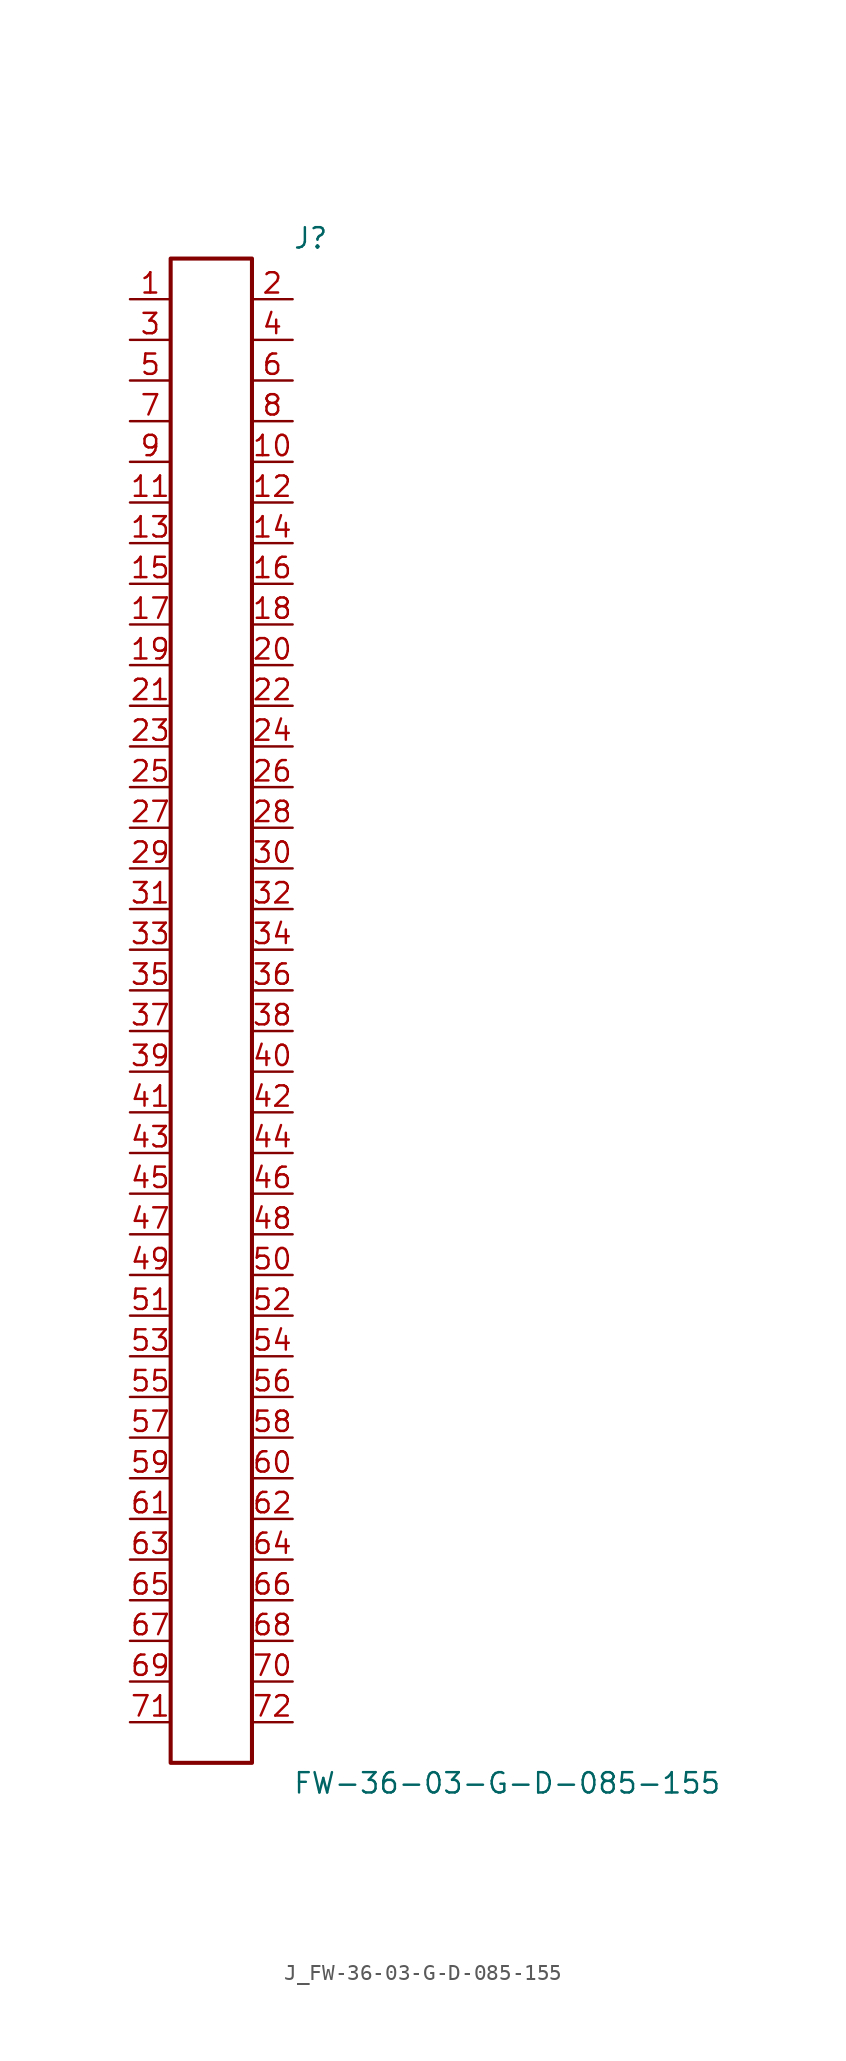
<source format=kicad_sym>
(kicad_symbol_lib
  (version 20231120)
  (generator kicad_symbol_editor)
  (generator_version 8.0)
  (symbol "J_FW-36-03-G-D-085-155"
    (pin_names
      (offset 0.254))
    (property "Reference" "J"
      (at 5.08 48.26 0)
      (effects (font (size 1.27 1.27)) (justify left)))
    (property "Value" "FW-36-03-G-D-085-155"
      (at 5.08 -48.26 0)
      (effects (font (size 1.27 1.27)) (justify left)))
    (symbol "J_FW-36-03-G-D-085-155_0_0"
      (pin unspecified line (at -5.08 44.45 0) (length 2.54) (name "" (effects (font (size 1.27 1.27)))) (number "1" (effects (font (size 1.27 1.27)))))
      (pin unspecified line (at 5.08 44.45 180) (length 2.54) (name "" (effects (font (size 1.27 1.27)))) (number "2" (effects (font (size 1.27 1.27)))))
      (pin unspecified line (at -5.08 41.91 0) (length 2.54) (name "" (effects (font (size 1.27 1.27)))) (number "3" (effects (font (size 1.27 1.27)))))
      (pin unspecified line (at 5.08 41.91 180) (length 2.54) (name "" (effects (font (size 1.27 1.27)))) (number "4" (effects (font (size 1.27 1.27)))))
      (pin unspecified line (at -5.08 39.37 0) (length 2.54) (name "" (effects (font (size 1.27 1.27)))) (number "5" (effects (font (size 1.27 1.27)))))
      (pin unspecified line (at 5.08 39.37 180) (length 2.54) (name "" (effects (font (size 1.27 1.27)))) (number "6" (effects (font (size 1.27 1.27)))))
      (pin unspecified line (at -5.08 36.83 0) (length 2.54) (name "" (effects (font (size 1.27 1.27)))) (number "7" (effects (font (size 1.27 1.27)))))
      (pin unspecified line (at 5.08 36.83 180) (length 2.54) (name "" (effects (font (size 1.27 1.27)))) (number "8" (effects (font (size 1.27 1.27)))))
      (pin unspecified line (at -5.08 34.29 0) (length 2.54) (name "" (effects (font (size 1.27 1.27)))) (number "9" (effects (font (size 1.27 1.27)))))
      (pin unspecified line (at 5.08 34.29 180) (length 2.54) (name "" (effects (font (size 1.27 1.27)))) (number "10" (effects (font (size 1.27 1.27)))))
      (pin unspecified line (at -5.08 31.75 0) (length 2.54) (name "" (effects (font (size 1.27 1.27)))) (number "11" (effects (font (size 1.27 1.27)))))
      (pin unspecified line (at 5.08 31.75 180) (length 2.54) (name "" (effects (font (size 1.27 1.27)))) (number "12" (effects (font (size 1.27 1.27)))))
      (pin unspecified line (at -5.08 29.21 0) (length 2.54) (name "" (effects (font (size 1.27 1.27)))) (number "13" (effects (font (size 1.27 1.27)))))
      (pin unspecified line (at 5.08 29.21 180) (length 2.54) (name "" (effects (font (size 1.27 1.27)))) (number "14" (effects (font (size 1.27 1.27)))))
      (pin unspecified line (at -5.08 26.67 0) (length 2.54) (name "" (effects (font (size 1.27 1.27)))) (number "15" (effects (font (size 1.27 1.27)))))
      (pin unspecified line (at 5.08 26.67 180) (length 2.54) (name "" (effects (font (size 1.27 1.27)))) (number "16" (effects (font (size 1.27 1.27)))))
      (pin unspecified line (at -5.08 24.13 0) (length 2.54) (name "" (effects (font (size 1.27 1.27)))) (number "17" (effects (font (size 1.27 1.27)))))
      (pin unspecified line (at 5.08 24.13 180) (length 2.54) (name "" (effects (font (size 1.27 1.27)))) (number "18" (effects (font (size 1.27 1.27)))))
      (pin unspecified line (at -5.08 21.59 0) (length 2.54) (name "" (effects (font (size 1.27 1.27)))) (number "19" (effects (font (size 1.27 1.27)))))
      (pin unspecified line (at 5.08 21.59 180) (length 2.54) (name "" (effects (font (size 1.27 1.27)))) (number "20" (effects (font (size 1.27 1.27)))))
      (pin unspecified line (at -5.08 19.05 0) (length 2.54) (name "" (effects (font (size 1.27 1.27)))) (number "21" (effects (font (size 1.27 1.27)))))
      (pin unspecified line (at 5.08 19.05 180) (length 2.54) (name "" (effects (font (size 1.27 1.27)))) (number "22" (effects (font (size 1.27 1.27)))))
      (pin unspecified line (at -5.08 16.51 0) (length 2.54) (name "" (effects (font (size 1.27 1.27)))) (number "23" (effects (font (size 1.27 1.27)))))
      (pin unspecified line (at 5.08 16.51 180) (length 2.54) (name "" (effects (font (size 1.27 1.27)))) (number "24" (effects (font (size 1.27 1.27)))))
      (pin unspecified line (at -5.08 13.97 0) (length 2.54) (name "" (effects (font (size 1.27 1.27)))) (number "25" (effects (font (size 1.27 1.27)))))
      (pin unspecified line (at 5.08 13.97 180) (length 2.54) (name "" (effects (font (size 1.27 1.27)))) (number "26" (effects (font (size 1.27 1.27)))))
      (pin unspecified line (at -5.08 11.43 0) (length 2.54) (name "" (effects (font (size 1.27 1.27)))) (number "27" (effects (font (size 1.27 1.27)))))
      (pin unspecified line (at 5.08 11.43 180) (length 2.54) (name "" (effects (font (size 1.27 1.27)))) (number "28" (effects (font (size 1.27 1.27)))))
      (pin unspecified line (at -5.08 8.89 0) (length 2.54) (name "" (effects (font (size 1.27 1.27)))) (number "29" (effects (font (size 1.27 1.27)))))
      (pin unspecified line (at 5.08 8.89 180) (length 2.54) (name "" (effects (font (size 1.27 1.27)))) (number "30" (effects (font (size 1.27 1.27)))))
      (pin unspecified line (at -5.08 6.35 0) (length 2.54) (name "" (effects (font (size 1.27 1.27)))) (number "31" (effects (font (size 1.27 1.27)))))
      (pin unspecified line (at 5.08 6.35 180) (length 2.54) (name "" (effects (font (size 1.27 1.27)))) (number "32" (effects (font (size 1.27 1.27)))))
      (pin unspecified line (at -5.08 3.81 0) (length 2.54) (name "" (effects (font (size 1.27 1.27)))) (number "33" (effects (font (size 1.27 1.27)))))
      (pin unspecified line (at 5.08 3.81 180) (length 2.54) (name "" (effects (font (size 1.27 1.27)))) (number "34" (effects (font (size 1.27 1.27)))))
      (pin unspecified line (at -5.08 1.27 0) (length 2.54) (name "" (effects (font (size 1.27 1.27)))) (number "35" (effects (font (size 1.27 1.27)))))
      (pin unspecified line (at 5.08 1.27 180) (length 2.54) (name "" (effects (font (size 1.27 1.27)))) (number "36" (effects (font (size 1.27 1.27)))))
      (pin unspecified line (at -5.08 -1.27 0) (length 2.54) (name "" (effects (font (size 1.27 1.27)))) (number "37" (effects (font (size 1.27 1.27)))))
      (pin unspecified line (at 5.08 -1.27 180) (length 2.54) (name "" (effects (font (size 1.27 1.27)))) (number "38" (effects (font (size 1.27 1.27)))))
      (pin unspecified line (at -5.08 -3.81 0) (length 2.54) (name "" (effects (font (size 1.27 1.27)))) (number "39" (effects (font (size 1.27 1.27)))))
      (pin unspecified line (at 5.08 -3.81 180) (length 2.54) (name "" (effects (font (size 1.27 1.27)))) (number "40" (effects (font (size 1.27 1.27)))))
      (pin unspecified line (at -5.08 -6.35 0) (length 2.54) (name "" (effects (font (size 1.27 1.27)))) (number "41" (effects (font (size 1.27 1.27)))))
      (pin unspecified line (at 5.08 -6.35 180) (length 2.54) (name "" (effects (font (size 1.27 1.27)))) (number "42" (effects (font (size 1.27 1.27)))))
      (pin unspecified line (at -5.08 -8.89 0) (length 2.54) (name "" (effects (font (size 1.27 1.27)))) (number "43" (effects (font (size 1.27 1.27)))))
      (pin unspecified line (at 5.08 -8.89 180) (length 2.54) (name "" (effects (font (size 1.27 1.27)))) (number "44" (effects (font (size 1.27 1.27)))))
      (pin unspecified line (at -5.08 -11.43 0) (length 2.54) (name "" (effects (font (size 1.27 1.27)))) (number "45" (effects (font (size 1.27 1.27)))))
      (pin unspecified line (at 5.08 -11.43 180) (length 2.54) (name "" (effects (font (size 1.27 1.27)))) (number "46" (effects (font (size 1.27 1.27)))))
      (pin unspecified line (at -5.08 -13.97 0) (length 2.54) (name "" (effects (font (size 1.27 1.27)))) (number "47" (effects (font (size 1.27 1.27)))))
      (pin unspecified line (at 5.08 -13.97 180) (length 2.54) (name "" (effects (font (size 1.27 1.27)))) (number "48" (effects (font (size 1.27 1.27)))))
      (pin unspecified line (at -5.08 -16.51 0) (length 2.54) (name "" (effects (font (size 1.27 1.27)))) (number "49" (effects (font (size 1.27 1.27)))))
      (pin unspecified line (at 5.08 -16.51 180) (length 2.54) (name "" (effects (font (size 1.27 1.27)))) (number "50" (effects (font (size 1.27 1.27)))))
      (pin unspecified line (at -5.08 -19.05 0) (length 2.54) (name "" (effects (font (size 1.27 1.27)))) (number "51" (effects (font (size 1.27 1.27)))))
      (pin unspecified line (at 5.08 -19.05 180) (length 2.54) (name "" (effects (font (size 1.27 1.27)))) (number "52" (effects (font (size 1.27 1.27)))))
      (pin unspecified line (at -5.08 -21.59 0) (length 2.54) (name "" (effects (font (size 1.27 1.27)))) (number "53" (effects (font (size 1.27 1.27)))))
      (pin unspecified line (at 5.08 -21.59 180) (length 2.54) (name "" (effects (font (size 1.27 1.27)))) (number "54" (effects (font (size 1.27 1.27)))))
      (pin unspecified line (at -5.08 -24.13 0) (length 2.54) (name "" (effects (font (size 1.27 1.27)))) (number "55" (effects (font (size 1.27 1.27)))))
      (pin unspecified line (at 5.08 -24.13 180) (length 2.54) (name "" (effects (font (size 1.27 1.27)))) (number "56" (effects (font (size 1.27 1.27)))))
      (pin unspecified line (at -5.08 -26.67 0) (length 2.54) (name "" (effects (font (size 1.27 1.27)))) (number "57" (effects (font (size 1.27 1.27)))))
      (pin unspecified line (at 5.08 -26.67 180) (length 2.54) (name "" (effects (font (size 1.27 1.27)))) (number "58" (effects (font (size 1.27 1.27)))))
      (pin unspecified line (at -5.08 -29.21 0) (length 2.54) (name "" (effects (font (size 1.27 1.27)))) (number "59" (effects (font (size 1.27 1.27)))))
      (pin unspecified line (at 5.08 -29.21 180) (length 2.54) (name "" (effects (font (size 1.27 1.27)))) (number "60" (effects (font (size 1.27 1.27)))))
      (pin unspecified line (at -5.08 -31.75 0) (length 2.54) (name "" (effects (font (size 1.27 1.27)))) (number "61" (effects (font (size 1.27 1.27)))))
      (pin unspecified line (at 5.08 -31.75 180) (length 2.54) (name "" (effects (font (size 1.27 1.27)))) (number "62" (effects (font (size 1.27 1.27)))))
      (pin unspecified line (at -5.08 -34.29 0) (length 2.54) (name "" (effects (font (size 1.27 1.27)))) (number "63" (effects (font (size 1.27 1.27)))))
      (pin unspecified line (at 5.08 -34.29 180) (length 2.54) (name "" (effects (font (size 1.27 1.27)))) (number "64" (effects (font (size 1.27 1.27)))))
      (pin unspecified line (at -5.08 -36.83 0) (length 2.54) (name "" (effects (font (size 1.27 1.27)))) (number "65" (effects (font (size 1.27 1.27)))))
      (pin unspecified line (at 5.08 -36.83 180) (length 2.54) (name "" (effects (font (size 1.27 1.27)))) (number "66" (effects (font (size 1.27 1.27)))))
      (pin unspecified line (at -5.08 -39.37 0) (length 2.54) (name "" (effects (font (size 1.27 1.27)))) (number "67" (effects (font (size 1.27 1.27)))))
      (pin unspecified line (at 5.08 -39.37 180) (length 2.54) (name "" (effects (font (size 1.27 1.27)))) (number "68" (effects (font (size 1.27 1.27)))))
      (pin unspecified line (at -5.08 -41.91 0) (length 2.54) (name "" (effects (font (size 1.27 1.27)))) (number "69" (effects (font (size 1.27 1.27)))))
      (pin unspecified line (at 5.08 -41.91 180) (length 2.54) (name "" (effects (font (size 1.27 1.27)))) (number "70" (effects (font (size 1.27 1.27)))))
      (pin unspecified line (at -5.08 -44.45 0) (length 2.54) (name "" (effects (font (size 1.27 1.27)))) (number "71" (effects (font (size 1.27 1.27)))))
      (pin unspecified line (at 5.08 -44.45 180) (length 2.54) (name "" (effects (font (size 1.27 1.27)))) (number "72" (effects (font (size 1.27 1.27))))))
    (symbol "J_FW-36-03-G-D-085-155_1_0"
      (rectangle (start -2.54 46.99) (end 2.54 -46.99) (stroke (width 0.254) (type solid)) (fill (type none))))))
</source>
